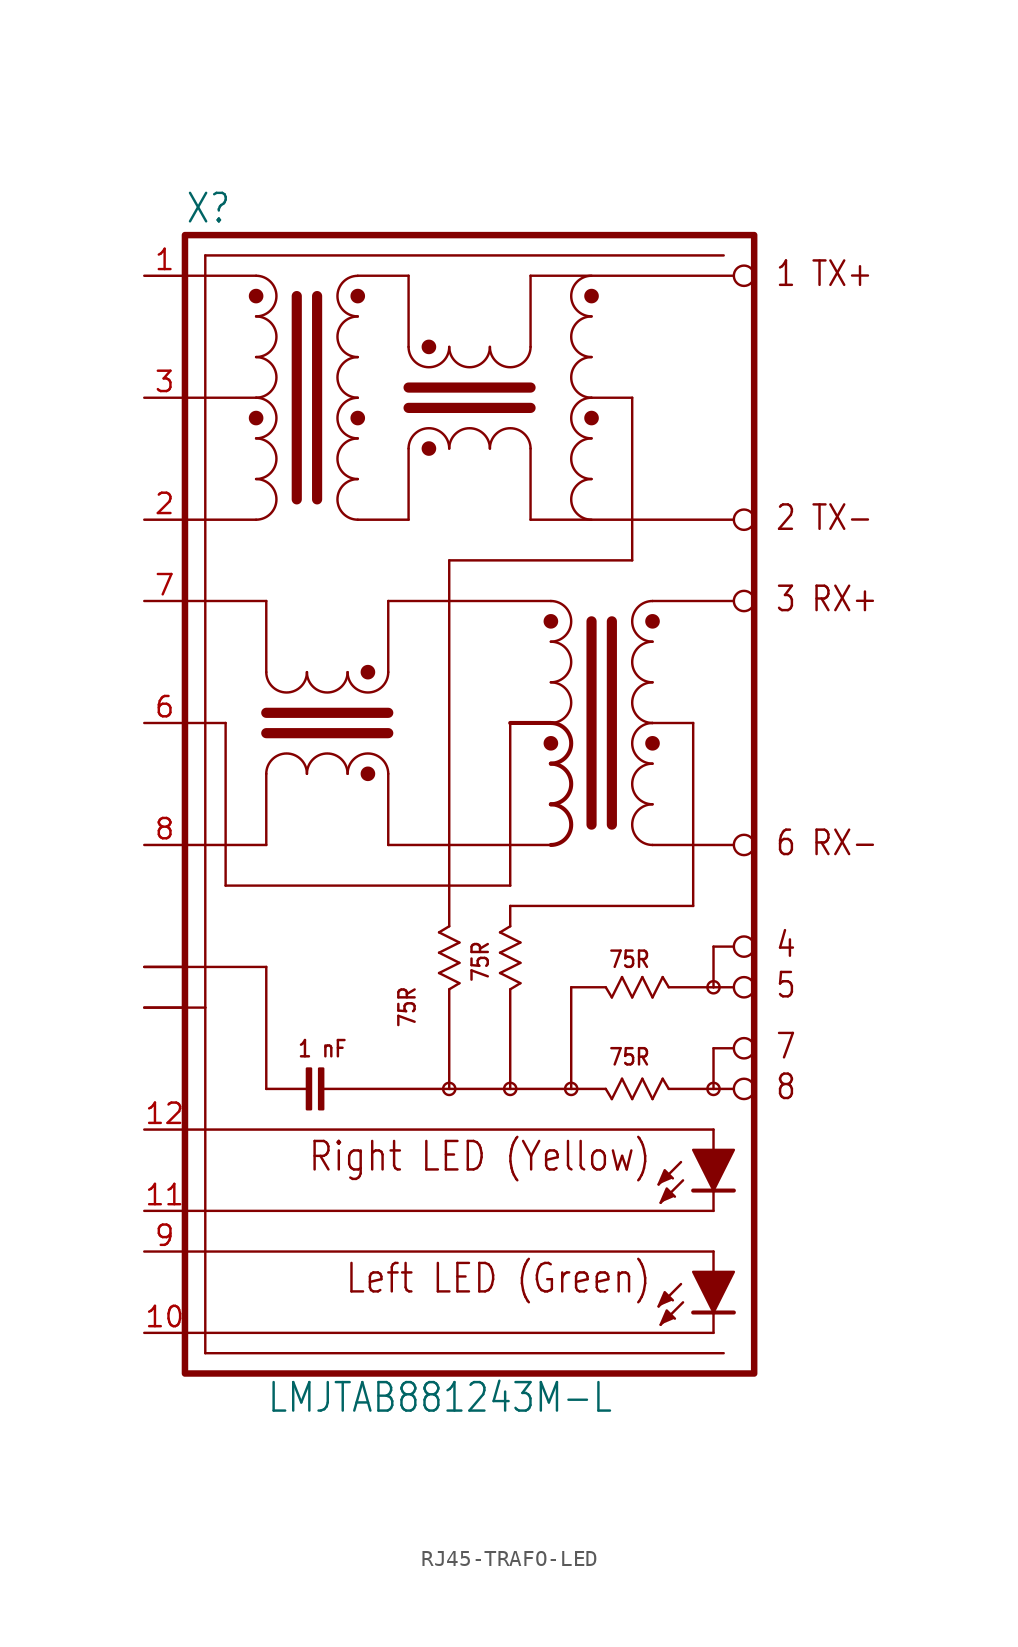
<source format=kicad_sym>
(kicad_symbol_lib
  (version 20220914)
  (generator kicad_symbol_editor)
  (symbol "RJ45-TRAFO-LED"
    (property "Reference" "X"
      (at 0 0.635 0)
      (effects (font (size 1.778 1.511)) (justify left bottom)))
    (property "Value" "LMJTAB881243M-L"
      (at 5.08 -73.66 0)
      (effects (font (size 1.778 1.511)) (justify left bottom)))
    (symbol "RJ45-TRAFO-LED_1_0"
      (polyline (pts (xy 0 -68.58) (xy 33.02 -68.58)) (stroke (width 0.152) (type solid)) (fill (type none)))
      (polyline (pts (xy 0 -63.5) (xy 33.02 -63.5)) (stroke (width 0.152) (type solid)) (fill (type none)))
      (polyline (pts (xy 0 -60.96) (xy 33.02 -60.96)) (stroke (width 0.152) (type solid)) (fill (type none)))
      (polyline (pts (xy 0 -55.88) (xy 33.02 -55.88)) (stroke (width 0.152) (type solid)) (fill (type none)))
      (polyline (pts (xy 0 -48.26) (xy 1.27 -48.26)) (stroke (width 0.152) (type solid)) (fill (type none)))
      (polyline (pts (xy 0 -45.72) (xy 5.08 -45.72)) (stroke (width 0.152) (type solid)) (fill (type none)))
      (polyline (pts (xy 0 -30.48) (xy 2.54 -30.48)) (stroke (width 0.152) (type solid)) (fill (type none)))
      (polyline (pts (xy 0 -17.78) (xy 4.445 -17.78)) (stroke (width 0.152) (type solid)) (fill (type none)))
      (polyline (pts (xy 0 -10.16) (xy 4.445 -10.16)) (stroke (width 0.152) (type solid)) (fill (type none)))
      (polyline (pts (xy 0 -2.54) (xy 4.445 -2.54)) (stroke (width 0.152) (type solid)) (fill (type none)))
      (polyline (pts (xy 1.27 -69.85) (xy 1.27 -48.26)) (stroke (width 0.152) (type solid)) (fill (type none)))
      (polyline (pts (xy 1.27 -48.26) (xy 1.27 -1.27)) (stroke (width 0.152) (type solid)) (fill (type none)))
      (polyline (pts (xy 2.54 -40.64) (xy 20.32 -40.64)) (stroke (width 0.152) (type solid)) (fill (type none)))
      (polyline (pts (xy 2.54 -30.48) (xy 2.54 -40.64)) (stroke (width 0.152) (type solid)) (fill (type none)))
      (polyline (pts (xy 5.08 -53.34) (xy 5.08 -45.72)) (stroke (width 0.152) (type solid)) (fill (type none)))
      (polyline (pts (xy 5.08 -53.34) (xy 7.62 -53.34)) (stroke (width 0.152) (type solid)) (fill (type none)))
      (polyline (pts (xy 5.08 -38.1) (xy 0 -38.1)) (stroke (width 0.152) (type solid)) (fill (type none)))
      (polyline (pts (xy 5.08 -33.655) (xy 5.08 -38.1)) (stroke (width 0.152) (type solid)) (fill (type none)))
      (polyline (pts (xy 5.08 -27.305) (xy 5.08 -22.86)) (stroke (width 0.152) (type solid)) (fill (type none)))
      (polyline (pts (xy 5.08 -22.86) (xy 0 -22.86)) (stroke (width 0.152) (type solid)) (fill (type none)))
      (polyline (pts (xy 6.985 -3.81) (xy 6.985 -16.51)) (stroke (width 0.635) (type solid)) (fill (type none)))
      (polyline (pts (xy 8.255 -3.81) (xy 8.255 -16.51)) (stroke (width 0.635) (type solid)) (fill (type none)))
      (polyline (pts (xy 8.636 -53.34) (xy 16.51 -53.34)) (stroke (width 0.152) (type solid)) (fill (type none)))
      (polyline (pts (xy 10.795 -2.54) (xy 13.97 -2.54)) (stroke (width 0.152) (type solid)) (fill (type none)))
      (polyline (pts (xy 12.7 -38.1) (xy 12.7 -33.655)) (stroke (width 0.152) (type solid)) (fill (type none)))
      (polyline (pts (xy 12.7 -38.1) (xy 22.86 -38.1)) (stroke (width 0.152) (type solid)) (fill (type none)))
      (polyline (pts (xy 12.7 -31.115) (xy 5.08 -31.115)) (stroke (width 0.635) (type solid)) (fill (type none)))
      (polyline (pts (xy 12.7 -29.845) (xy 5.08 -29.845)) (stroke (width 0.635) (type solid)) (fill (type none)))
      (polyline (pts (xy 12.7 -22.86) (xy 12.7 -27.305)) (stroke (width 0.152) (type solid)) (fill (type none)))
      (polyline (pts (xy 13.97 -17.78) (xy 10.795 -17.78)) (stroke (width 0.152) (type solid)) (fill (type none)))
      (polyline (pts (xy 13.97 -17.78) (xy 13.97 -13.335)) (stroke (width 0.152) (type solid)) (fill (type none)))
      (polyline (pts (xy 13.97 -10.795) (xy 21.59 -10.795)) (stroke (width 0.635) (type solid)) (fill (type none)))
      (polyline (pts (xy 13.97 -9.525) (xy 21.59 -9.525)) (stroke (width 0.635) (type solid)) (fill (type none)))
      (polyline (pts (xy 13.97 -2.54) (xy 13.97 -6.985)) (stroke (width 0.152) (type solid)) (fill (type none)))
      (polyline (pts (xy 15.875 -46.101) (xy 17.145 -46.736)) (stroke (width 0.152) (type solid)) (fill (type none)))
      (polyline (pts (xy 15.875 -44.831) (xy 17.145 -45.466)) (stroke (width 0.152) (type solid)) (fill (type none)))
      (polyline (pts (xy 15.875 -43.561) (xy 17.145 -44.196)) (stroke (width 0.152) (type solid)) (fill (type none)))
      (polyline (pts (xy 16.51 -53.34) (xy 20.32 -53.34)) (stroke (width 0.152) (type solid)) (fill (type none)))
      (polyline (pts (xy 16.51 -47.117) (xy 16.51 -53.34)) (stroke (width 0.152) (type solid)) (fill (type none)))
      (polyline (pts (xy 16.51 -43.18) (xy 15.875 -43.561)) (stroke (width 0.152) (type solid)) (fill (type none)))
      (polyline (pts (xy 16.51 -20.32) (xy 16.51 -43.18)) (stroke (width 0.152) (type solid)) (fill (type none)))
      (polyline (pts (xy 17.145 -46.736) (xy 16.51 -47.117)) (stroke (width 0.152) (type solid)) (fill (type none)))
      (polyline (pts (xy 17.145 -45.466) (xy 15.875 -46.101)) (stroke (width 0.152) (type solid)) (fill (type none)))
      (polyline (pts (xy 17.145 -44.196) (xy 15.875 -44.831)) (stroke (width 0.152) (type solid)) (fill (type none)))
      (polyline (pts (xy 19.685 -46.101) (xy 20.955 -46.736)) (stroke (width 0.152) (type solid)) (fill (type none)))
      (polyline (pts (xy 19.685 -44.831) (xy 20.955 -45.466)) (stroke (width 0.152) (type solid)) (fill (type none)))
      (polyline (pts (xy 19.685 -43.561) (xy 20.955 -44.196)) (stroke (width 0.152) (type solid)) (fill (type none)))
      (polyline (pts (xy 20.32 -53.34) (xy 24.13 -53.34)) (stroke (width 0.152) (type solid)) (fill (type none)))
      (polyline (pts (xy 20.32 -47.117) (xy 20.32 -53.34)) (stroke (width 0.152) (type solid)) (fill (type none)))
      (polyline (pts (xy 20.32 -43.18) (xy 19.685 -43.561)) (stroke (width 0.152) (type solid)) (fill (type none)))
      (polyline (pts (xy 20.32 -41.91) (xy 20.32 -43.18)) (stroke (width 0.152) (type solid)) (fill (type none)))
      (polyline (pts (xy 20.32 -40.64) (xy 20.32 -30.48)) (stroke (width 0.152) (type solid)) (fill (type none)))
      (polyline (pts (xy 20.32 -30.48) (xy 22.86 -30.48)) (stroke (width 0.254) (type solid)) (fill (type none)))
      (polyline (pts (xy 20.955 -46.736) (xy 20.32 -47.117)) (stroke (width 0.152) (type solid)) (fill (type none)))
      (polyline (pts (xy 20.955 -45.466) (xy 19.685 -46.101)) (stroke (width 0.152) (type solid)) (fill (type none)))
      (polyline (pts (xy 20.955 -44.196) (xy 19.685 -44.831)) (stroke (width 0.152) (type solid)) (fill (type none)))
      (polyline (pts (xy 21.59 -17.78) (xy 34.29 -17.78)) (stroke (width 0.152) (type solid)) (fill (type none)))
      (polyline (pts (xy 21.59 -13.335) (xy 21.59 -17.78)) (stroke (width 0.152) (type solid)) (fill (type none)))
      (polyline (pts (xy 21.59 -6.985) (xy 21.59 -2.54)) (stroke (width 0.152) (type solid)) (fill (type none)))
      (polyline (pts (xy 21.59 -2.54) (xy 34.29 -2.54)) (stroke (width 0.152) (type solid)) (fill (type none)))
      (polyline (pts (xy 22.86 -22.86) (xy 12.7 -22.86)) (stroke (width 0.152) (type solid)) (fill (type none)))
      (polyline (pts (xy 24.13 -53.34) (xy 26.289 -53.34)) (stroke (width 0.152) (type solid)) (fill (type none)))
      (polyline (pts (xy 24.13 -46.99) (xy 24.13 -53.34)) (stroke (width 0.152) (type solid)) (fill (type none)))
      (polyline (pts (xy 25.4 -24.13) (xy 25.4 -36.83)) (stroke (width 0.635) (type solid)) (fill (type none)))
      (polyline (pts (xy 25.4 -10.16) (xy 27.94 -10.16)) (stroke (width 0.152) (type solid)) (fill (type none)))
      (polyline (pts (xy 26.289 -53.34) (xy 26.67 -53.975)) (stroke (width 0.152) (type solid)) (fill (type none)))
      (polyline (pts (xy 26.289 -46.99) (xy 24.13 -46.99)) (stroke (width 0.152) (type solid)) (fill (type none)))
      (polyline (pts (xy 26.289 -46.99) (xy 26.67 -47.625)) (stroke (width 0.152) (type solid)) (fill (type none)))
      (polyline (pts (xy 26.67 -53.975) (xy 27.305 -52.705)) (stroke (width 0.152) (type solid)) (fill (type none)))
      (polyline (pts (xy 26.67 -47.625) (xy 27.305 -46.355)) (stroke (width 0.152) (type solid)) (fill (type none)))
      (polyline (pts (xy 26.67 -24.13) (xy 26.67 -36.83)) (stroke (width 0.635) (type solid)) (fill (type none)))
      (polyline (pts (xy 27.305 -52.705) (xy 27.94 -53.975)) (stroke (width 0.152) (type solid)) (fill (type none)))
      (polyline (pts (xy 27.305 -46.355) (xy 27.94 -47.625)) (stroke (width 0.152) (type solid)) (fill (type none)))
      (polyline (pts (xy 27.94 -53.975) (xy 28.575 -52.705)) (stroke (width 0.152) (type solid)) (fill (type none)))
      (polyline (pts (xy 27.94 -47.625) (xy 28.575 -46.355)) (stroke (width 0.152) (type solid)) (fill (type none)))
      (polyline (pts (xy 27.94 -20.32) (xy 16.51 -20.32)) (stroke (width 0.152) (type solid)) (fill (type none)))
      (polyline (pts (xy 27.94 -10.16) (xy 27.94 -20.32)) (stroke (width 0.152) (type solid)) (fill (type none)))
      (polyline (pts (xy 28.575 -52.705) (xy 29.21 -53.975)) (stroke (width 0.152) (type solid)) (fill (type none)))
      (polyline (pts (xy 28.575 -46.355) (xy 29.21 -47.625)) (stroke (width 0.152) (type solid)) (fill (type none)))
      (polyline (pts (xy 29.21 -53.975) (xy 29.845 -52.705)) (stroke (width 0.152) (type solid)) (fill (type none)))
      (polyline (pts (xy 29.21 -47.625) (xy 29.845 -46.355)) (stroke (width 0.152) (type solid)) (fill (type none)))
      (polyline (pts (xy 29.845 -52.705) (xy 30.226 -53.34)) (stroke (width 0.152) (type solid)) (fill (type none)))
      (polyline (pts (xy 29.845 -46.355) (xy 30.226 -46.99)) (stroke (width 0.152) (type solid)) (fill (type none)))
      (polyline (pts (xy 30.226 -53.34) (xy 33.02 -53.34)) (stroke (width 0.152) (type solid)) (fill (type none)))
      (polyline (pts (xy 30.988 -65.532) (xy 29.591 -66.929)) (stroke (width 0.152) (type solid)) (fill (type none)))
      (polyline (pts (xy 30.988 -57.912) (xy 29.591 -59.309)) (stroke (width 0.152) (type solid)) (fill (type none)))
      (polyline (pts (xy 31.115 -66.675) (xy 29.718 -68.072)) (stroke (width 0.152) (type solid)) (fill (type none)))
      (polyline (pts (xy 31.115 -59.055) (xy 29.718 -60.452)) (stroke (width 0.152) (type solid)) (fill (type none)))
      (polyline (pts (xy 31.75 -41.91) (xy 20.32 -41.91)) (stroke (width 0.152) (type solid)) (fill (type none)))
      (polyline (pts (xy 31.75 -30.48) (xy 29.21 -30.48)) (stroke (width 0.152) (type solid)) (fill (type none)))
      (polyline (pts (xy 31.75 -30.48) (xy 31.75 -41.91)) (stroke (width 0.152) (type solid)) (fill (type none)))
      (polyline (pts (xy 33.02 -68.58) (xy 33.02 -67.31)) (stroke (width 0.152) (type solid)) (fill (type none)))
      (polyline (pts (xy 33.02 -67.31) (xy 31.75 -67.31)) (stroke (width 0.254) (type solid)) (fill (type none)))
      (polyline (pts (xy 33.02 -64.77) (xy 33.02 -67.31)) (stroke (width 0.152) (type solid)) (fill (type none)))
      (polyline (pts (xy 33.02 -63.5) (xy 33.02 -64.77)) (stroke (width 0.152) (type solid)) (fill (type none)))
      (polyline (pts (xy 33.02 -60.96) (xy 33.02 -59.69)) (stroke (width 0.152) (type solid)) (fill (type none)))
      (polyline (pts (xy 33.02 -59.69) (xy 31.75 -59.69)) (stroke (width 0.254) (type solid)) (fill (type none)))
      (polyline (pts (xy 33.02 -57.15) (xy 33.02 -59.69)) (stroke (width 0.152) (type solid)) (fill (type none)))
      (polyline (pts (xy 33.02 -55.88) (xy 33.02 -57.15)) (stroke (width 0.152) (type solid)) (fill (type none)))
      (polyline (pts (xy 33.02 -53.34) (xy 34.29 -53.34)) (stroke (width 0.152) (type solid)) (fill (type none)))
      (polyline (pts (xy 33.02 -50.8) (xy 33.02 -53.34)) (stroke (width 0.152) (type solid)) (fill (type none)))
      (polyline (pts (xy 33.02 -46.99) (xy 30.226 -46.99)) (stroke (width 0.152) (type solid)) (fill (type none)))
      (polyline (pts (xy 33.02 -46.99) (xy 34.29 -46.99)) (stroke (width 0.152) (type solid)) (fill (type none)))
      (polyline (pts (xy 33.02 -44.45) (xy 33.02 -46.99)) (stroke (width 0.152) (type solid)) (fill (type none)))
      (polyline (pts (xy 33.655 -69.85) (xy 1.27 -69.85)) (stroke (width 0.152) (type solid)) (fill (type none)))
      (polyline (pts (xy 33.655 -1.27) (xy 1.27 -1.27)) (stroke (width 0.152) (type solid)) (fill (type none)))
      (polyline (pts (xy 34.29 -67.31) (xy 33.02 -67.31)) (stroke (width 0.254) (type solid)) (fill (type none)))
      (polyline (pts (xy 34.29 -59.69) (xy 33.02 -59.69)) (stroke (width 0.254) (type solid)) (fill (type none)))
      (polyline (pts (xy 34.29 -50.8) (xy 33.02 -50.8)) (stroke (width 0.152) (type solid)) (fill (type none)))
      (polyline (pts (xy 34.29 -44.45) (xy 33.02 -44.45)) (stroke (width 0.152) (type solid)) (fill (type none)))
      (polyline (pts (xy 34.29 -38.1) (xy 29.21 -38.1)) (stroke (width 0.152) (type solid)) (fill (type none)))
      (polyline (pts (xy 34.29 -22.86) (xy 29.21 -22.86)) (stroke (width 0.152) (type solid)) (fill (type none)))
      (polyline (pts (xy 29.591 -66.929) (xy 29.972 -66.04) (xy 30.48 -66.548)) (stroke (width 0.152) (type solid)) (fill (type outline)))
      (polyline (pts (xy 29.591 -59.309) (xy 29.972 -58.42) (xy 30.48 -58.928)) (stroke (width 0.152) (type solid)) (fill (type outline)))
      (polyline (pts (xy 29.718 -68.072) (xy 30.099 -67.183) (xy 30.607 -67.691)) (stroke (width 0.152) (type solid)) (fill (type outline)))
      (polyline (pts (xy 29.718 -60.452) (xy 30.099 -59.563) (xy 30.607 -60.071)) (stroke (width 0.152) (type solid)) (fill (type outline)))
      (polyline (pts (xy 31.75 -64.77) (xy 34.29 -64.77) (xy 33.02 -67.31) (xy 31.75 -64.77)) (stroke (width 0) (type default)) (fill (type outline)))
      (polyline (pts (xy 31.75 -57.15) (xy 34.29 -57.15) (xy 33.02 -59.69) (xy 31.75 -57.15)) (stroke (width 0) (type default)) (fill (type outline)))
      (arc (start 4.445 -17.78) (mid 5.7095 -16.51) (end 4.445 -15.24) (stroke (width 0.1524) (type solid)) (fill (type none)))
      (arc (start 4.445 -15.24) (mid 5.7095 -13.97) (end 4.445 -12.7) (stroke (width 0.1524) (type solid)) (fill (type none)))
      (arc (start 4.445 -12.7) (mid 5.7095 -11.43) (end 4.445 -10.16) (stroke (width 0.1524) (type solid)) (fill (type none)))
      (circle (center 4.445 -11.43) (radius 0.381) (stroke (width 0) (type solid)) (fill (type outline)))
      (arc (start 4.445 -10.16) (mid 5.7095 -8.89) (end 4.445 -7.62) (stroke (width 0.1524) (type solid)) (fill (type none)))
      (arc (start 4.445 -7.62) (mid 5.7095 -6.35) (end 4.445 -5.08) (stroke (width 0.1524) (type solid)) (fill (type none)))
      (arc (start 4.445 -5.08) (mid 5.7095 -3.81) (end 4.445 -2.54) (stroke (width 0.1524) (type solid)) (fill (type none)))
      (circle (center 4.445 -3.81) (radius 0.381) (stroke (width 0) (type solid)) (fill (type outline)))
      (arc (start 5.08 -27.305) (mid 6.35 -28.5695) (end 7.62 -27.305) (stroke (width 0.1524) (type solid)) (fill (type none)))
      (rectangle (start 7.62 -54.61) (end 7.874 -52.07) (stroke (width 0) (type default)) (fill (type outline)))
      (arc (start 7.62 -33.655) (mid 6.35 -32.3905) (end 5.08 -33.655) (stroke (width 0.1524) (type solid)) (fill (type none)))
      (arc (start 7.62 -27.305) (mid 8.89 -28.5695) (end 10.16 -27.305) (stroke (width 0.1524) (type solid)) (fill (type none)))
      (rectangle (start 8.382 -54.61) (end 8.636 -52.07) (stroke (width 0) (type default)) (fill (type outline)))
      (arc (start 10.16 -33.655) (mid 8.89 -32.3905) (end 7.62 -33.655) (stroke (width 0.1524) (type solid)) (fill (type none)))
      (arc (start 10.16 -27.305) (mid 11.43 -28.5695) (end 12.7 -27.305) (stroke (width 0.1524) (type solid)) (fill (type none)))
      (arc (start 10.795 -15.24) (mid 9.5305 -16.51) (end 10.795 -17.78) (stroke (width 0.1524) (type solid)) (fill (type none)))
      (arc (start 10.795 -12.7) (mid 9.5305 -13.97) (end 10.795 -15.24) (stroke (width 0.1524) (type solid)) (fill (type none)))
      (circle (center 10.795 -11.43) (radius 0.381) (stroke (width 0) (type solid)) (fill (type outline)))
      (arc (start 10.795 -10.16) (mid 9.5305 -11.43) (end 10.795 -12.7) (stroke (width 0.1524) (type solid)) (fill (type none)))
      (arc (start 10.795 -7.62) (mid 9.5305 -8.89) (end 10.795 -10.16) (stroke (width 0.1524) (type solid)) (fill (type none)))
      (arc (start 10.795 -5.08) (mid 9.5305 -6.35) (end 10.795 -7.62) (stroke (width 0.1524) (type solid)) (fill (type none)))
      (circle (center 10.795 -3.81) (radius 0.381) (stroke (width 0) (type solid)) (fill (type outline)))
      (arc (start 10.795 -2.54) (mid 9.5305 -3.81) (end 10.795 -5.08) (stroke (width 0.1524) (type solid)) (fill (type none)))
      (circle (center 11.43 -33.655) (radius 0.381) (stroke (width 0) (type solid)) (fill (type outline)))
      (circle (center 11.43 -27.305) (radius 0.381) (stroke (width 0) (type solid)) (fill (type outline)))
      (arc (start 12.7 -33.655) (mid 11.43 -32.3905) (end 10.16 -33.655) (stroke (width 0.1524) (type solid)) (fill (type none)))
      (arc (start 13.97 -6.985) (mid 15.24 -8.2495) (end 16.51 -6.985) (stroke (width 0.1524) (type solid)) (fill (type none)))
      (circle (center 15.24 -13.335) (radius 0.381) (stroke (width 0) (type solid)) (fill (type outline)))
      (circle (center 15.24 -6.985) (radius 0.381) (stroke (width 0) (type solid)) (fill (type outline)))
      (circle (center 16.51 -53.34) (radius 0.381) (stroke (width 0) (type solid)) (fill (type none)))
      (arc (start 16.51 -13.335) (mid 15.24 -12.0705) (end 13.97 -13.335) (stroke (width 0.1524) (type solid)) (fill (type none)))
      (arc (start 16.51 -6.985) (mid 17.78 -8.2495) (end 19.05 -6.985) (stroke (width 0.1524) (type solid)) (fill (type none)))
      (arc (start 19.05 -13.335) (mid 17.78 -12.0705) (end 16.51 -13.335) (stroke (width 0.1524) (type solid)) (fill (type none)))
      (arc (start 19.05 -6.985) (mid 20.32 -8.2495) (end 21.59 -6.985) (stroke (width 0.1524) (type solid)) (fill (type none)))
      (circle (center 20.32 -53.34) (radius 0.381) (stroke (width 0) (type solid)) (fill (type none)))
      (arc (start 21.59 -13.335) (mid 20.32 -12.0705) (end 19.05 -13.335) (stroke (width 0.1524) (type solid)) (fill (type none)))
      (arc (start 22.86 -38.1) (mid 24.124 -36.83) (end 22.86 -35.56) (stroke (width 0.254) (type solid)) (fill (type none)))
      (arc (start 22.86 -35.56) (mid 24.124 -34.29) (end 22.86 -33.02) (stroke (width 0.254) (type solid)) (fill (type none)))
      (arc (start 22.86 -33.02) (mid 24.124 -31.75) (end 22.86 -30.48) (stroke (width 0.254) (type solid)) (fill (type none)))
      (circle (center 22.86 -31.75) (radius 0.381) (stroke (width 0) (type solid)) (fill (type outline)))
      (arc (start 22.86 -30.48) (mid 24.124 -29.21) (end 22.86 -27.94) (stroke (width 0.1524) (type solid)) (fill (type none)))
      (arc (start 22.86 -27.94) (mid 24.124 -26.67) (end 22.86 -25.4) (stroke (width 0.1524) (type solid)) (fill (type none)))
      (arc (start 22.86 -25.4) (mid 24.124 -24.13) (end 22.86 -22.86) (stroke (width 0.1524) (type solid)) (fill (type none)))
      (circle (center 22.86 -24.13) (radius 0.381) (stroke (width 0) (type solid)) (fill (type outline)))
      (circle (center 24.13 -53.34) (radius 0.381) (stroke (width 0) (type solid)) (fill (type none)))
      (arc (start 25.4 -15.24) (mid 24.136 -16.51) (end 25.4 -17.78) (stroke (width 0.1524) (type solid)) (fill (type none)))
      (arc (start 25.4 -12.7) (mid 24.136 -13.97) (end 25.4 -15.24) (stroke (width 0.1524) (type solid)) (fill (type none)))
      (circle (center 25.4 -11.43) (radius 0.381) (stroke (width 0) (type solid)) (fill (type outline)))
      (arc (start 25.4 -10.16) (mid 24.136 -11.43) (end 25.4 -12.7) (stroke (width 0.1524) (type solid)) (fill (type none)))
      (arc (start 25.4 -7.62) (mid 24.136 -8.89) (end 25.4 -10.16) (stroke (width 0.1524) (type solid)) (fill (type none)))
      (arc (start 25.4 -5.08) (mid 24.136 -6.35) (end 25.4 -7.62) (stroke (width 0.1524) (type solid)) (fill (type none)))
      (circle (center 25.4 -3.81) (radius 0.381) (stroke (width 0) (type solid)) (fill (type outline)))
      (arc (start 25.4 -2.54) (mid 24.136 -3.81) (end 25.4 -5.08) (stroke (width 0.1524) (type solid)) (fill (type none)))
      (arc (start 29.21 -35.56) (mid 27.946 -36.83) (end 29.21 -38.1) (stroke (width 0.1524) (type solid)) (fill (type none)))
      (arc (start 29.21 -33.02) (mid 27.946 -34.29) (end 29.21 -35.56) (stroke (width 0.1524) (type solid)) (fill (type none)))
      (circle (center 29.21 -31.75) (radius 0.381) (stroke (width 0) (type solid)) (fill (type outline)))
      (arc (start 29.21 -30.48) (mid 27.946 -31.75) (end 29.21 -33.02) (stroke (width 0.1524) (type solid)) (fill (type none)))
      (arc (start 29.21 -27.94) (mid 27.946 -29.21) (end 29.21 -30.48) (stroke (width 0.1524) (type solid)) (fill (type none)))
      (arc (start 29.21 -25.4) (mid 27.946 -26.67) (end 29.21 -27.94) (stroke (width 0.1524) (type solid)) (fill (type none)))
      (circle (center 29.21 -24.13) (radius 0.381) (stroke (width 0) (type solid)) (fill (type outline)))
      (arc (start 29.21 -22.86) (mid 27.946 -24.13) (end 29.21 -25.4) (stroke (width 0.1524) (type solid)) (fill (type none)))
      (circle (center 33.02 -53.34) (radius 0.381) (stroke (width 0) (type solid)) (fill (type none)))
      (circle (center 33.02 -46.99) (radius 0.381) (stroke (width 0) (type solid)) (fill (type none)))
      (circle (center 34.925 -53.34) (radius 0.635) (stroke (width 0.152) (type solid)) (fill (type none)))
      (circle (center 34.925 -50.8) (radius 0.635) (stroke (width 0.152) (type solid)) (fill (type none)))
      (circle (center 34.925 -46.99) (radius 0.635) (stroke (width 0.152) (type solid)) (fill (type none)))
      (circle (center 34.925 -44.45) (radius 0.635) (stroke (width 0.152) (type solid)) (fill (type none)))
      (circle (center 34.925 -38.1) (radius 0.635) (stroke (width 0.152) (type solid)) (fill (type none)))
      (circle (center 34.925 -22.86) (radius 0.635) (stroke (width 0.152) (type solid)) (fill (type none)))
      (circle (center 34.925 -17.78) (radius 0.635) (stroke (width 0.152) (type solid)) (fill (type none)))
      (circle (center 34.925 -2.54) (radius 0.635) (stroke (width 0.152) (type solid)) (fill (type none)))
      (text "1 nF" (at 6.985 -51.435 0) (effects (font (size 1.016 0.864)) (justify left bottom)))
      (text "1 TX+" (at 36.83 -3.302 0) (effects (font (size 1.524 1.295)) (justify left bottom)))
      (text "2 TX-" (at 36.83 -18.542 0) (effects (font (size 1.524 1.295)) (justify left bottom)))
      (text "3 RX+" (at 36.83 -23.622 0) (effects (font (size 1.524 1.295)) (justify left bottom)))
      (text "4" (at 36.83 -45.212 0) (effects (font (size 1.524 1.295)) (justify left bottom)))
      (text "5" (at 36.83 -47.752 0) (effects (font (size 1.524 1.295)) (justify left bottom)))
      (text "6 RX-" (at 36.83 -38.862 0) (effects (font (size 1.524 1.295)) (justify left bottom)))
      (text "7" (at 36.83 -51.562 0) (effects (font (size 1.524 1.295)) (justify left bottom)))
      (text "75R" (at 14.478 -46.863 900) (effects (font (size 1.016 0.864)) (justify right bottom)))
      (text "75R" (at 19.05 -46.736 900) (effects (font (size 1.016 0.864)) (justify left bottom)))
      (text "75R" (at 26.416 -51.943 0) (effects (font (size 1.016 0.864)) (justify left bottom)))
      (text "75R" (at 26.416 -45.847 0) (effects (font (size 1.016 0.864)) (justify left bottom)))
      (text "8" (at 36.83 -54.102 0) (effects (font (size 1.524 1.295)) (justify left bottom)))
      (text "Left LED (Green)" (at 29.21 -64.135 0) (effects (font (size 1.778 1.511)) (justify right top)))
      (text "Right LED (Yellow)" (at 29.21 -56.515 0) (effects (font (size 1.778 1.511)) (justify right top)))
      (pin input line (at -2.54 -2.54 0) (length 2.54) (name "TD+" (effects (font (size 0 0)))) (number "1" (effects (font (size 1.27 1.27)))))
      (pin passive line (at -2.54 -68.58 0) (length 2.54) (name "GREEN-C" (effects (font (size 0 0)))) (number "10" (effects (font (size 1.27 1.27)))))
      (pin passive line (at -2.54 -60.96 0) (length 2.54) (name "YELLOW-C" (effects (font (size 0 0)))) (number "11" (effects (font (size 1.27 1.27)))))
      (pin passive line (at -2.54 -55.88 0) (length 2.54) (name "YELLOW_A" (effects (font (size 0 0)))) (number "12" (effects (font (size 1.27 1.27)))))
      (pin input line (at -2.54 -17.78 0) (length 2.54) (name "TD-" (effects (font (size 0 0)))) (number "2" (effects (font (size 1.27 1.27)))))
      (pin input line (at -2.54 -10.16 0) (length 2.54) (name "CT" (effects (font (size 0 0)))) (number "3" (effects (font (size 1.27 1.27)))))
      (pin passive line (at -2.54 -45.72 0) (length 2.54) (name "GND" (effects (font (size 0 0)))) (number "4" (effects (font (size 0 0)))))
      (pin passive line (at -2.54 -45.72 0) (length 2.54) (name "GND" (effects (font (size 0 0)))) (number "5" (effects (font (size 0 0)))))
      (pin input line (at -2.54 -30.48 0) (length 2.54) (name "CR" (effects (font (size 0 0)))) (number "6" (effects (font (size 1.27 1.27)))))
      (pin input line (at -2.54 -22.86 0) (length 2.54) (name "RD+" (effects (font (size 0 0)))) (number "7" (effects (font (size 1.27 1.27)))))
      (pin input line (at -2.54 -38.1 0) (length 2.54) (name "RD-" (effects (font (size 0 0)))) (number "8" (effects (font (size 1.27 1.27)))))
      (pin passive line (at -2.54 -63.5 0) (length 2.54) (name "GREEN-A" (effects (font (size 0 0)))) (number "9" (effects (font (size 1.27 1.27)))))
      (pin passive line (at -2.54 -48.26 0) (length 2.54) (name "SH" (effects (font (size 0 0)))) (number "SH" (effects (font (size 0 0)))))
      (pin passive line (at -2.54 -48.26 0) (length 2.54) (name "SH" (effects (font (size 0 0)))) (number "SH2" (effects (font (size 0 0))))))
    (symbol "RJ45-TRAFO-LED_1_1"
      (rectangle (start 0 0) (end 35.56 -71.12) (stroke (width 0.406) (type default)) (fill (type none))))))
</source>
